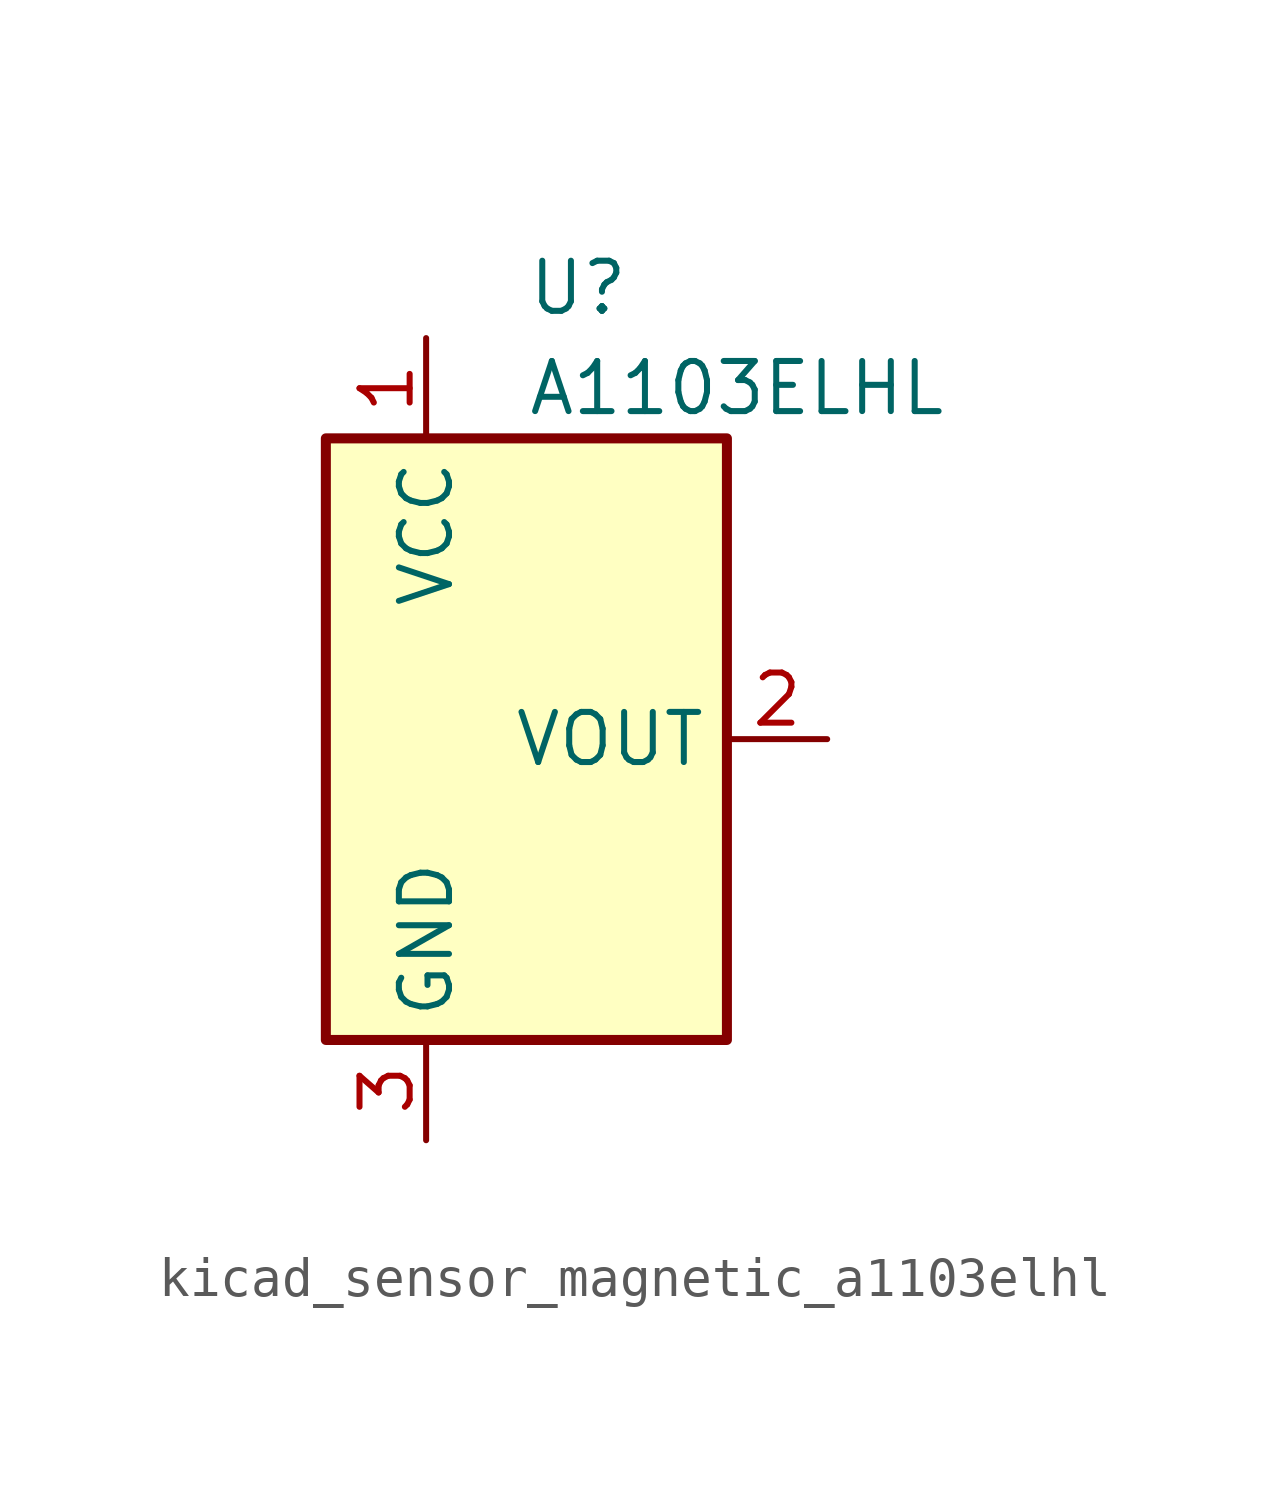
<source format=kicad_sym>
(kicad_symbol_lib
  (version 20220914)
  (generator kicad_symbol_editor)
  (symbol "kicad_sensor_magnetic_a1103elhl"
    (property "Reference" "U"
      (at 0 11.43 0)
      (effects (font (size 1.27 1.27)) (justify left)))
    (property "Value" "A1103ELHL"
      (at 0 8.89 0)
      (effects (font (size 1.27 1.27)) (justify left)))
    (symbol "kicad_sensor_magnetic_a1103elhl_0_1"
      (rectangle (start -5.08 7.62) (end 5.08 -7.62) (stroke (width 0.254) (type default)) (fill (type background))))
    (symbol "kicad_sensor_magnetic_a1103elhl_1_1"
      (pin power_in line (at -2.54 10.16 270) (length 2.54) (name "VCC" (effects (font (size 1.27 1.27)))) (number "1" (effects (font (size 1.27 1.27)))))
      (pin open_collector line (at 7.62 0 180) (length 2.54) (name "VOUT" (effects (font (size 1.27 1.27)))) (number "2" (effects (font (size 1.27 1.27)))))
      (pin power_in line (at -2.54 -10.16 90) (length 2.54) (name "GND" (effects (font (size 1.27 1.27)))) (number "3" (effects (font (size 1.27 1.27))))))))
</source>
